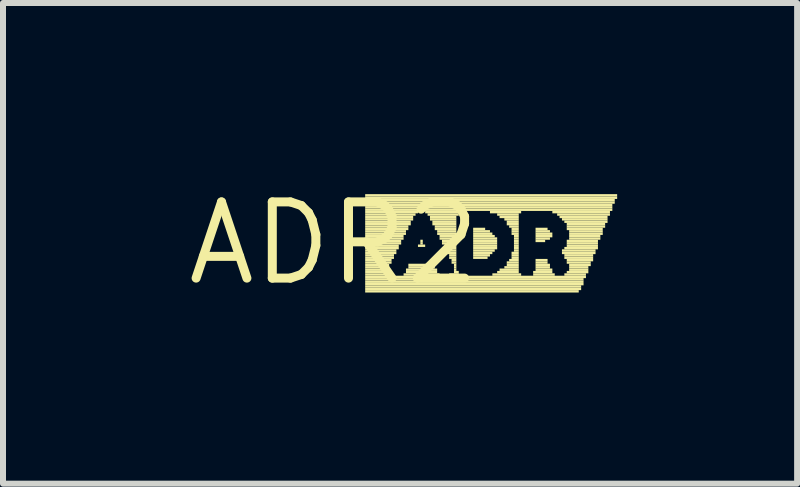
<source format=kicad_pcb>
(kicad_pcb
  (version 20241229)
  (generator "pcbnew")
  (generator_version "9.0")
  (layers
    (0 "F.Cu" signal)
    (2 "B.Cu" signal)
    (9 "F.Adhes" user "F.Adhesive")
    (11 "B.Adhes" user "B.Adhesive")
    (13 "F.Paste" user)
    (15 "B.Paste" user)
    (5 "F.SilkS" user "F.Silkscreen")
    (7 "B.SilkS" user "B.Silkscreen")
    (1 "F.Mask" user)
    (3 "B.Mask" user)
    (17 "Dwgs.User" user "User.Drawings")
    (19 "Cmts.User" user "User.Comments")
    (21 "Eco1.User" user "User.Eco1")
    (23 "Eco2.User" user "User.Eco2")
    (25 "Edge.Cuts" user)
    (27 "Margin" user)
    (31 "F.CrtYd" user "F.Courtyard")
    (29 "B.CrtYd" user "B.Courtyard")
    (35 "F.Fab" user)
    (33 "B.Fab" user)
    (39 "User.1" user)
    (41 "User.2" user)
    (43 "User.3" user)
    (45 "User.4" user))
  (footprint "ADR2"
    (layer "F.Cu")
    (at 2.517 1.006)
    (property "Reference" "ADR2" (at 0 0 0) (layer "F.SilkS") (effects (font (size 1.27 1.27) (thickness 0.15))))
    (fp_poly (pts (xy 0.52 -0.78) (xy 4.72 -0.78) (xy 4.72 -0.82) (xy 0.52 -0.82)) (stroke (width 0) (type solid)) (fill yes) (layer "F.SilkS"))
    (fp_poly (pts (xy 0.52 -0.74) (xy 4.72 -0.74) (xy 4.72 -0.78) (xy 0.52 -0.78)) (stroke (width 0) (type solid)) (fill yes) (layer "F.SilkS"))
    (fp_poly (pts (xy 0.52 -0.7) (xy 4.68 -0.7) (xy 4.68 -0.74) (xy 0.52 -0.74)) (stroke (width 0) (type solid)) (fill yes) (layer "F.SilkS"))
    (fp_poly (pts (xy 0.52 -0.66) (xy 4.68 -0.66) (xy 4.68 -0.7) (xy 0.52 -0.7)) (stroke (width 0) (type solid)) (fill yes) (layer "F.SilkS"))
    (fp_poly (pts (xy 0.52 -0.62) (xy 4.64 -0.62) (xy 4.64 -0.66) (xy 0.52 -0.66)) (stroke (width 0) (type solid)) (fill yes) (layer "F.SilkS"))
    (fp_poly (pts (xy 0.52 -0.58) (xy 4.64 -0.58) (xy 4.64 -0.62) (xy 0.52 -0.62)) (stroke (width 0) (type solid)) (fill yes) (layer "F.SilkS"))
    (fp_poly (pts (xy 0.52 -0.54) (xy 4.64 -0.54) (xy 4.64 -0.58) (xy 0.52 -0.58)) (stroke (width 0) (type solid)) (fill yes) (layer "F.SilkS"))
    (fp_poly (pts (xy 0.52 -0.5) (xy 1.4 -0.5) (xy 1.4 -0.54) (xy 0.52 -0.54)) (stroke (width 0) (type solid)) (fill yes) (layer "F.SilkS"))
    (fp_poly (pts (xy 0.52 -0.46) (xy 1.36 -0.46) (xy 1.36 -0.5) (xy 0.52 -0.5)) (stroke (width 0) (type solid)) (fill yes) (layer "F.SilkS"))
    (fp_poly (pts (xy 0.52 -0.42) (xy 1.32 -0.42) (xy 1.32 -0.46) (xy 0.52 -0.46)) (stroke (width 0) (type solid)) (fill yes) (layer "F.SilkS"))
    (fp_poly (pts (xy 0.52 -0.38) (xy 1.32 -0.38) (xy 1.32 -0.42) (xy 0.52 -0.42)) (stroke (width 0) (type solid)) (fill yes) (layer "F.SilkS"))
    (fp_poly (pts (xy 0.52 -0.34) (xy 1.28 -0.34) (xy 1.28 -0.38) (xy 0.52 -0.38)) (stroke (width 0) (type solid)) (fill yes) (layer "F.SilkS"))
    (fp_poly (pts (xy 0.52 -0.3) (xy 1.28 -0.3) (xy 1.28 -0.34) (xy 0.52 -0.34)) (stroke (width 0) (type solid)) (fill yes) (layer "F.SilkS"))
    (fp_poly (pts (xy 0.52 -0.26) (xy 1.24 -0.26) (xy 1.24 -0.3) (xy 0.52 -0.3)) (stroke (width 0) (type solid)) (fill yes) (layer "F.SilkS"))
    (fp_poly (pts (xy 0.52 -0.22) (xy 1.24 -0.22) (xy 1.24 -0.26) (xy 0.52 -0.26)) (stroke (width 0) (type solid)) (fill yes) (layer "F.SilkS"))
    (fp_poly (pts (xy 0.52 -0.18) (xy 1.2 -0.18) (xy 1.2 -0.22) (xy 0.52 -0.22)) (stroke (width 0) (type solid)) (fill yes) (layer "F.SilkS"))
    (fp_poly (pts (xy 0.52 -0.14) (xy 1.2 -0.14) (xy 1.2 -0.18) (xy 0.52 -0.18)) (stroke (width 0) (type solid)) (fill yes) (layer "F.SilkS"))
    (fp_poly (pts (xy 0.52 -0.1) (xy 1.16 -0.1) (xy 1.16 -0.14) (xy 0.52 -0.14)) (stroke (width 0) (type solid)) (fill yes) (layer "F.SilkS"))
    (fp_poly (pts (xy 0.52 -0.06) (xy 1.16 -0.06) (xy 1.16 -0.1) (xy 0.52 -0.1)) (stroke (width 0) (type solid)) (fill yes) (layer "F.SilkS"))
    (fp_poly (pts (xy 0.52 -0.02) (xy 1.12 -0.02) (xy 1.12 -0.06) (xy 0.52 -0.06)) (stroke (width 0) (type solid)) (fill yes) (layer "F.SilkS"))
    (fp_poly (pts (xy 0.52 0.02) (xy 1.12 0.02) (xy 1.12 -0.02) (xy 0.52 -0.02)) (stroke (width 0) (type solid)) (fill yes) (layer "F.SilkS"))
    (fp_poly (pts (xy 0.52 0.06) (xy 1.08 0.06) (xy 1.08 0.02) (xy 0.52 0.02)) (stroke (width 0) (type solid)) (fill yes) (layer "F.SilkS"))
    (fp_poly (pts (xy 0.52 0.1) (xy 1.08 0.1) (xy 1.08 0.06) (xy 0.52 0.06)) (stroke (width 0) (type solid)) (fill yes) (layer "F.SilkS"))
    (fp_poly (pts (xy 0.52 0.14) (xy 1.04 0.14) (xy 1.04 0.1) (xy 0.52 0.1)) (stroke (width 0) (type solid)) (fill yes) (layer "F.SilkS"))
    (fp_poly (pts (xy 0.52 0.18) (xy 1.04 0.18) (xy 1.04 0.14) (xy 0.52 0.14)) (stroke (width 0) (type solid)) (fill yes) (layer "F.SilkS"))
    (fp_poly (pts (xy 0.52 0.22) (xy 1 0.22) (xy 1 0.18) (xy 0.52 0.18)) (stroke (width 0) (type solid)) (fill yes) (layer "F.SilkS"))
    (fp_poly (pts (xy 0.52 0.26) (xy 1 0.26) (xy 1 0.22) (xy 0.52 0.22)) (stroke (width 0) (type solid)) (fill yes) (layer "F.SilkS"))
    (fp_poly (pts (xy 0.52 0.3) (xy 0.96 0.3) (xy 0.96 0.26) (xy 0.52 0.26)) (stroke (width 0) (type solid)) (fill yes) (layer "F.SilkS"))
    (fp_poly (pts (xy 0.52 0.34) (xy 0.96 0.34) (xy 0.96 0.3) (xy 0.52 0.3)) (stroke (width 0) (type solid)) (fill yes) (layer "F.SilkS"))
    (fp_poly (pts (xy 0.52 0.38) (xy 0.92 0.38) (xy 0.92 0.34) (xy 0.52 0.34)) (stroke (width 0) (type solid)) (fill yes) (layer "F.SilkS"))
    (fp_poly (pts (xy 0.52 0.42) (xy 0.92 0.42) (xy 0.92 0.38) (xy 0.52 0.38)) (stroke (width 0) (type solid)) (fill yes) (layer "F.SilkS"))
    (fp_poly (pts (xy 0.52 0.46) (xy 0.92 0.46) (xy 0.92 0.42) (xy 0.52 0.42)) (stroke (width 0) (type solid)) (fill yes) (layer "F.SilkS"))
    (fp_poly (pts (xy 0.52 0.5) (xy 0.92 0.5) (xy 0.92 0.46) (xy 0.52 0.46)) (stroke (width 0) (type solid)) (fill yes) (layer "F.SilkS"))
    (fp_poly (pts (xy 0.52 0.54) (xy 1 0.54) (xy 1 0.5) (xy 0.52 0.5)) (stroke (width 0) (type solid)) (fill yes) (layer "F.SilkS"))
    (fp_poly (pts (xy 0.52 0.58) (xy 4.2 0.58) (xy 4.2 0.54) (xy 0.52 0.54)) (stroke (width 0) (type solid)) (fill yes) (layer "F.SilkS"))
    (fp_poly (pts (xy 0.52 0.62) (xy 4.16 0.62) (xy 4.16 0.58) (xy 0.52 0.58)) (stroke (width 0) (type solid)) (fill yes) (layer "F.SilkS"))
    (fp_poly (pts (xy 0.52 0.66) (xy 4.16 0.66) (xy 4.16 0.62) (xy 0.52 0.62)) (stroke (width 0) (type solid)) (fill yes) (layer "F.SilkS"))
    (fp_poly (pts (xy 0.52 0.7) (xy 4.16 0.7) (xy 4.16 0.66) (xy 0.52 0.66)) (stroke (width 0) (type solid)) (fill yes) (layer "F.SilkS"))
    (fp_poly (pts (xy 0.52 0.74) (xy 4.12 0.74) (xy 4.12 0.7) (xy 0.52 0.7)) (stroke (width 0) (type solid)) (fill yes) (layer "F.SilkS"))
    (fp_poly (pts (xy 0.52 0.78) (xy 4.12 0.78) (xy 4.12 0.74) (xy 0.52 0.74)) (stroke (width 0) (type solid)) (fill yes) (layer "F.SilkS"))
    (fp_poly (pts (xy 0.52 0.82) (xy 4.08 0.82) (xy 4.08 0.78) (xy 0.52 0.78)) (stroke (width 0) (type solid)) (fill yes) (layer "F.SilkS"))
    (fp_poly (pts (xy 1.16 0.54) (xy 1.76 0.54) (xy 1.76 0.5) (xy 1.16 0.5)) (stroke (width 0) (type solid)) (fill yes) (layer "F.SilkS"))
    (fp_poly (pts (xy 1.2 0.46) (xy 1.72 0.46) (xy 1.72 0.42) (xy 1.2 0.42)) (stroke (width 0) (type solid)) (fill yes) (layer "F.SilkS"))
    (fp_poly (pts (xy 1.2 0.5) (xy 1.72 0.5) (xy 1.72 0.46) (xy 1.2 0.46)) (stroke (width 0) (type solid)) (fill yes) (layer "F.SilkS"))
    (fp_poly (pts (xy 1.24 0.38) (xy 1.68 0.38) (xy 1.68 0.34) (xy 1.24 0.34)) (stroke (width 0) (type solid)) (fill yes) (layer "F.SilkS"))
    (fp_poly (pts (xy 1.24 0.42) (xy 1.68 0.42) (xy 1.68 0.38) (xy 1.24 0.38)) (stroke (width 0) (type solid)) (fill yes) (layer "F.SilkS"))
    (fp_poly (pts (xy 1.4 0.06) (xy 1.52 0.06) (xy 1.52 0.02) (xy 1.4 0.02)) (stroke (width 0) (type solid)) (fill yes) (layer "F.SilkS"))
    (fp_poly (pts (xy 1.44 -0.02) (xy 1.48 -0.02) (xy 1.48 -0.06) (xy 1.44 -0.06)) (stroke (width 0) (type solid)) (fill yes) (layer "F.SilkS"))
    (fp_poly (pts (xy 1.44 0.02) (xy 1.48 0.02) (xy 1.48 -0.02) (xy 1.44 -0.02)) (stroke (width 0) (type solid)) (fill yes) (layer "F.SilkS"))
    (fp_poly (pts (xy 1.52 -0.5) (xy 2.12 -0.5) (xy 2.12 -0.54) (xy 1.52 -0.54)) (stroke (width 0) (type solid)) (fill yes) (layer "F.SilkS"))
    (fp_poly (pts (xy 1.56 -0.46) (xy 2.08 -0.46) (xy 2.08 -0.5) (xy 1.56 -0.5)) (stroke (width 0) (type solid)) (fill yes) (layer "F.SilkS"))
    (fp_poly (pts (xy 1.6 -0.42) (xy 2.04 -0.42) (xy 2.04 -0.46) (xy 1.6 -0.46)) (stroke (width 0) (type solid)) (fill yes) (layer "F.SilkS"))
    (fp_poly (pts (xy 1.6 -0.38) (xy 2.04 -0.38) (xy 2.04 -0.42) (xy 1.6 -0.42)) (stroke (width 0) (type solid)) (fill yes) (layer "F.SilkS"))
    (fp_poly (pts (xy 1.64 -0.34) (xy 2.04 -0.34) (xy 2.04 -0.38) (xy 1.64 -0.38)) (stroke (width 0) (type solid)) (fill yes) (layer "F.SilkS"))
    (fp_poly (pts (xy 1.64 -0.3) (xy 2.04 -0.3) (xy 2.04 -0.34) (xy 1.64 -0.34)) (stroke (width 0) (type solid)) (fill yes) (layer "F.SilkS"))
    (fp_poly (pts (xy 1.68 -0.26) (xy 2.04 -0.26) (xy 2.04 -0.3) (xy 1.68 -0.3)) (stroke (width 0) (type solid)) (fill yes) (layer "F.SilkS"))
    (fp_poly (pts (xy 1.68 -0.22) (xy 2.04 -0.22) (xy 2.04 -0.26) (xy 1.68 -0.26)) (stroke (width 0) (type solid)) (fill yes) (layer "F.SilkS"))
    (fp_poly (pts (xy 1.72 -0.18) (xy 2.04 -0.18) (xy 2.04 -0.22) (xy 1.72 -0.22)) (stroke (width 0) (type solid)) (fill yes) (layer "F.SilkS"))
    (fp_poly (pts (xy 1.72 -0.14) (xy 2.04 -0.14) (xy 2.04 -0.18) (xy 1.72 -0.18)) (stroke (width 0) (type solid)) (fill yes) (layer "F.SilkS"))
    (fp_poly (pts (xy 1.76 -0.1) (xy 2.04 -0.1) (xy 2.04 -0.14) (xy 1.76 -0.14)) (stroke (width 0) (type solid)) (fill yes) (layer "F.SilkS"))
    (fp_poly (pts (xy 1.76 -0.06) (xy 2.04 -0.06) (xy 2.04 -0.1) (xy 1.76 -0.1)) (stroke (width 0) (type solid)) (fill yes) (layer "F.SilkS"))
    (fp_poly (pts (xy 1.8 -0.02) (xy 2.04 -0.02) (xy 2.04 -0.06) (xy 1.8 -0.06)) (stroke (width 0) (type solid)) (fill yes) (layer "F.SilkS"))
    (fp_poly (pts (xy 1.8 0.02) (xy 2.04 0.02) (xy 2.04 -0.02) (xy 1.8 -0.02)) (stroke (width 0) (type solid)) (fill yes) (layer "F.SilkS"))
    (fp_poly (pts (xy 1.84 0.06) (xy 2.04 0.06) (xy 2.04 0.02) (xy 1.84 0.02)) (stroke (width 0) (type solid)) (fill yes) (layer "F.SilkS"))
    (fp_poly (pts (xy 1.84 0.1) (xy 2.04 0.1) (xy 2.04 0.06) (xy 1.84 0.06)) (stroke (width 0) (type solid)) (fill yes) (layer "F.SilkS"))
    (fp_poly (pts (xy 1.88 0.14) (xy 2.04 0.14) (xy 2.04 0.1) (xy 1.88 0.1)) (stroke (width 0) (type solid)) (fill yes) (layer "F.SilkS"))
    (fp_poly (pts (xy 1.88 0.18) (xy 2.04 0.18) (xy 2.04 0.14) (xy 1.88 0.14)) (stroke (width 0) (type solid)) (fill yes) (layer "F.SilkS"))
    (fp_poly (pts (xy 1.92 0.22) (xy 2.04 0.22) (xy 2.04 0.18) (xy 1.92 0.18)) (stroke (width 0) (type solid)) (fill yes) (layer "F.SilkS"))
    (fp_poly (pts (xy 1.92 0.26) (xy 2.04 0.26) (xy 2.04 0.22) (xy 1.92 0.22)) (stroke (width 0) (type solid)) (fill yes) (layer "F.SilkS"))
    (fp_poly (pts (xy 1.92 0.54) (xy 2.08 0.54) (xy 2.08 0.5) (xy 1.92 0.5)) (stroke (width 0) (type solid)) (fill yes) (layer "F.SilkS"))
    (fp_poly (pts (xy 1.96 0.3) (xy 2.04 0.3) (xy 2.04 0.26) (xy 1.96 0.26)) (stroke (width 0) (type solid)) (fill yes) (layer "F.SilkS"))
    (fp_poly (pts (xy 1.96 0.34) (xy 2.04 0.34) (xy 2.04 0.3) (xy 1.96 0.3)) (stroke (width 0) (type solid)) (fill yes) (layer "F.SilkS"))
    (fp_poly (pts (xy 2 0.38) (xy 2.04 0.38) (xy 2.04 0.34) (xy 2 0.34)) (stroke (width 0) (type solid)) (fill yes) (layer "F.SilkS"))
    (fp_poly (pts (xy 2 0.42) (xy 2.04 0.42) (xy 2.04 0.38) (xy 2 0.38)) (stroke (width 0) (type solid)) (fill yes) (layer "F.SilkS"))
    (fp_poly (pts (xy 2 0.46) (xy 2.04 0.46) (xy 2.04 0.42) (xy 2 0.42)) (stroke (width 0) (type solid)) (fill yes) (layer "F.SilkS"))
    (fp_poly (pts (xy 2 0.5) (xy 2.08 0.5) (xy 2.08 0.46) (xy 2 0.46)) (stroke (width 0) (type solid)) (fill yes) (layer "F.SilkS"))
    (fp_poly (pts (xy 2.32 -0.22) (xy 2.52 -0.22) (xy 2.52 -0.26) (xy 2.32 -0.26)) (stroke (width 0) (type solid)) (fill yes) (layer "F.SilkS"))
    (fp_poly (pts (xy 2.32 -0.18) (xy 2.6 -0.18) (xy 2.6 -0.22) (xy 2.32 -0.22)) (stroke (width 0) (type solid)) (fill yes) (layer "F.SilkS"))
    (fp_poly (pts (xy 2.32 -0.14) (xy 2.64 -0.14) (xy 2.64 -0.18) (xy 2.32 -0.18)) (stroke (width 0) (type solid)) (fill yes) (layer "F.SilkS"))
    (fp_poly (pts (xy 2.32 -0.1) (xy 2.68 -0.1) (xy 2.68 -0.14) (xy 2.32 -0.14)) (stroke (width 0) (type solid)) (fill yes) (layer "F.SilkS"))
    (fp_poly (pts (xy 2.32 -0.06) (xy 2.72 -0.06) (xy 2.72 -0.1) (xy 2.32 -0.1)) (stroke (width 0) (type solid)) (fill yes) (layer "F.SilkS"))
    (fp_poly (pts (xy 2.32 -0.02) (xy 2.72 -0.02) (xy 2.72 -0.06) (xy 2.32 -0.06)) (stroke (width 0) (type solid)) (fill yes) (layer "F.SilkS"))
    (fp_poly (pts (xy 2.32 0.02) (xy 2.72 0.02) (xy 2.72 -0.02) (xy 2.32 -0.02)) (stroke (width 0) (type solid)) (fill yes) (layer "F.SilkS"))
    (fp_poly (pts (xy 2.32 0.06) (xy 2.72 0.06) (xy 2.72 0.02) (xy 2.32 0.02)) (stroke (width 0) (type solid)) (fill yes) (layer "F.SilkS"))
    (fp_poly (pts (xy 2.32 0.1) (xy 2.72 0.1) (xy 2.72 0.06) (xy 2.32 0.06)) (stroke (width 0) (type solid)) (fill yes) (layer "F.SilkS"))
    (fp_poly (pts (xy 2.32 0.14) (xy 2.68 0.14) (xy 2.68 0.1) (xy 2.32 0.1)) (stroke (width 0) (type solid)) (fill yes) (layer "F.SilkS"))
    (fp_poly (pts (xy 2.32 0.18) (xy 2.64 0.18) (xy 2.64 0.14) (xy 2.32 0.14)) (stroke (width 0) (type solid)) (fill yes) (layer "F.SilkS"))
    (fp_poly (pts (xy 2.32 0.22) (xy 2.6 0.22) (xy 2.6 0.18) (xy 2.32 0.18)) (stroke (width 0) (type solid)) (fill yes) (layer "F.SilkS"))
    (fp_poly (pts (xy 2.32 0.26) (xy 2.56 0.26) (xy 2.56 0.22) (xy 2.32 0.22)) (stroke (width 0) (type solid)) (fill yes) (layer "F.SilkS"))
    (fp_poly (pts (xy 2.6 -0.5) (xy 3.12 -0.5) (xy 3.12 -0.54) (xy 2.6 -0.54)) (stroke (width 0) (type solid)) (fill yes) (layer "F.SilkS"))
    (fp_poly (pts (xy 2.64 0.54) (xy 3.12 0.54) (xy 3.12 0.5) (xy 2.64 0.5)) (stroke (width 0) (type solid)) (fill yes) (layer "F.SilkS"))
    (fp_poly (pts (xy 2.72 -0.46) (xy 3.08 -0.46) (xy 3.08 -0.5) (xy 2.72 -0.5)) (stroke (width 0) (type solid)) (fill yes) (layer "F.SilkS"))
    (fp_poly (pts (xy 2.72 0.5) (xy 3.08 0.5) (xy 3.08 0.46) (xy 2.72 0.46)) (stroke (width 0) (type solid)) (fill yes) (layer "F.SilkS"))
    (fp_poly (pts (xy 2.76 -0.42) (xy 3.08 -0.42) (xy 3.08 -0.46) (xy 2.76 -0.46)) (stroke (width 0) (type solid)) (fill yes) (layer "F.SilkS"))
    (fp_poly (pts (xy 2.76 0.46) (xy 3.08 0.46) (xy 3.08 0.42) (xy 2.76 0.42)) (stroke (width 0) (type solid)) (fill yes) (layer "F.SilkS"))
    (fp_poly (pts (xy 2.84 -0.38) (xy 3.08 -0.38) (xy 3.08 -0.42) (xy 2.84 -0.42)) (stroke (width 0) (type solid)) (fill yes) (layer "F.SilkS"))
    (fp_poly (pts (xy 2.84 0.42) (xy 3.08 0.42) (xy 3.08 0.38) (xy 2.84 0.38)) (stroke (width 0) (type solid)) (fill yes) (layer "F.SilkS"))
    (fp_poly (pts (xy 2.88 -0.34) (xy 3.08 -0.34) (xy 3.08 -0.38) (xy 2.88 -0.38)) (stroke (width 0) (type solid)) (fill yes) (layer "F.SilkS"))
    (fp_poly (pts (xy 2.88 -0.3) (xy 3.08 -0.3) (xy 3.08 -0.34) (xy 2.88 -0.34)) (stroke (width 0) (type solid)) (fill yes) (layer "F.SilkS"))
    (fp_poly (pts (xy 2.88 0.34) (xy 3.08 0.34) (xy 3.08 0.3) (xy 2.88 0.3)) (stroke (width 0) (type solid)) (fill yes) (layer "F.SilkS"))
    (fp_poly (pts (xy 2.88 0.38) (xy 3.08 0.38) (xy 3.08 0.34) (xy 2.88 0.34)) (stroke (width 0) (type solid)) (fill yes) (layer "F.SilkS"))
    (fp_poly (pts (xy 2.92 -0.26) (xy 3.08 -0.26) (xy 3.08 -0.3) (xy 2.92 -0.3)) (stroke (width 0) (type solid)) (fill yes) (layer "F.SilkS"))
    (fp_poly (pts (xy 2.92 0.3) (xy 3.08 0.3) (xy 3.08 0.26) (xy 2.92 0.26)) (stroke (width 0) (type solid)) (fill yes) (layer "F.SilkS"))
    (fp_poly (pts (xy 2.96 -0.22) (xy 3.08 -0.22) (xy 3.08 -0.26) (xy 2.96 -0.26)) (stroke (width 0) (type solid)) (fill yes) (layer "F.SilkS"))
    (fp_poly (pts (xy 2.96 -0.18) (xy 3.08 -0.18) (xy 3.08 -0.22) (xy 2.96 -0.22)) (stroke (width 0) (type solid)) (fill yes) (layer "F.SilkS"))
    (fp_poly (pts (xy 2.96 -0.14) (xy 3.08 -0.14) (xy 3.08 -0.18) (xy 2.96 -0.18)) (stroke (width 0) (type solid)) (fill yes) (layer "F.SilkS"))
    (fp_poly (pts (xy 2.96 0.18) (xy 3.08 0.18) (xy 3.08 0.14) (xy 2.96 0.14)) (stroke (width 0) (type solid)) (fill yes) (layer "F.SilkS"))
    (fp_poly (pts (xy 2.96 0.22) (xy 3.08 0.22) (xy 3.08 0.18) (xy 2.96 0.18)) (stroke (width 0) (type solid)) (fill yes) (layer "F.SilkS"))
    (fp_poly (pts (xy 2.96 0.26) (xy 3.08 0.26) (xy 3.08 0.22) (xy 2.96 0.22)) (stroke (width 0) (type solid)) (fill yes) (layer "F.SilkS"))
    (fp_poly (pts (xy 3 -0.1) (xy 3.08 -0.1) (xy 3.08 -0.14) (xy 3 -0.14)) (stroke (width 0) (type solid)) (fill yes) (layer "F.SilkS"))
    (fp_poly (pts (xy 3 -0.06) (xy 3.08 -0.06) (xy 3.08 -0.1) (xy 3 -0.1)) (stroke (width 0) (type solid)) (fill yes) (layer "F.SilkS"))
    (fp_poly (pts (xy 3 -0.02) (xy 3.08 -0.02) (xy 3.08 -0.06) (xy 3 -0.06)) (stroke (width 0) (type solid)) (fill yes) (layer "F.SilkS"))
    (fp_poly (pts (xy 3 0.02) (xy 3.08 0.02) (xy 3.08 -0.02) (xy 3 -0.02)) (stroke (width 0) (type solid)) (fill yes) (layer "F.SilkS"))
    (fp_poly (pts (xy 3 0.06) (xy 3.08 0.06) (xy 3.08 0.02) (xy 3 0.02)) (stroke (width 0) (type solid)) (fill yes) (layer "F.SilkS"))
    (fp_poly (pts (xy 3 0.1) (xy 3.08 0.1) (xy 3.08 0.06) (xy 3 0.06)) (stroke (width 0) (type solid)) (fill yes) (layer "F.SilkS"))
    (fp_poly (pts (xy 3 0.14) (xy 3.08 0.14) (xy 3.08 0.1) (xy 3 0.1)) (stroke (width 0) (type solid)) (fill yes) (layer "F.SilkS"))
    (fp_poly (pts (xy 3.32 0.5) (xy 3.64 0.5) (xy 3.64 0.46) (xy 3.32 0.46)) (stroke (width 0) (type solid)) (fill yes) (layer "F.SilkS"))
    (fp_poly (pts (xy 3.32 0.54) (xy 3.68 0.54) (xy 3.68 0.5) (xy 3.32 0.5)) (stroke (width 0) (type solid)) (fill yes) (layer "F.SilkS"))
    (fp_poly (pts (xy 3.36 -0.22) (xy 3.56 -0.22) (xy 3.56 -0.26) (xy 3.36 -0.26)) (stroke (width 0) (type solid)) (fill yes) (layer "F.SilkS"))
    (fp_poly (pts (xy 3.36 -0.18) (xy 3.6 -0.18) (xy 3.6 -0.22) (xy 3.36 -0.22)) (stroke (width 0) (type solid)) (fill yes) (layer "F.SilkS"))
    (fp_poly (pts (xy 3.36 -0.14) (xy 3.64 -0.14) (xy 3.64 -0.18) (xy 3.36 -0.18)) (stroke (width 0) (type solid)) (fill yes) (layer "F.SilkS"))
    (fp_poly (pts (xy 3.36 -0.1) (xy 3.64 -0.1) (xy 3.64 -0.14) (xy 3.36 -0.14)) (stroke (width 0) (type solid)) (fill yes) (layer "F.SilkS"))
    (fp_poly (pts (xy 3.36 -0.06) (xy 3.6 -0.06) (xy 3.6 -0.1) (xy 3.36 -0.1)) (stroke (width 0) (type solid)) (fill yes) (layer "F.SilkS"))
    (fp_poly (pts (xy 3.36 -0.02) (xy 3.52 -0.02) (xy 3.52 -0.06) (xy 3.36 -0.06)) (stroke (width 0) (type solid)) (fill yes) (layer "F.SilkS"))
    (fp_poly (pts (xy 3.36 0.3) (xy 3.56 0.3) (xy 3.56 0.26) (xy 3.36 0.26)) (stroke (width 0) (type solid)) (fill yes) (layer "F.SilkS"))
    (fp_poly (pts (xy 3.36 0.34) (xy 3.56 0.34) (xy 3.56 0.3) (xy 3.36 0.3)) (stroke (width 0) (type solid)) (fill yes) (layer "F.SilkS"))
    (fp_poly (pts (xy 3.36 0.38) (xy 3.6 0.38) (xy 3.6 0.34) (xy 3.36 0.34)) (stroke (width 0) (type solid)) (fill yes) (layer "F.SilkS"))
    (fp_poly (pts (xy 3.36 0.42) (xy 3.6 0.42) (xy 3.6 0.38) (xy 3.36 0.38)) (stroke (width 0) (type solid)) (fill yes) (layer "F.SilkS"))
    (fp_poly (pts (xy 3.36 0.46) (xy 3.64 0.46) (xy 3.64 0.42) (xy 3.36 0.42)) (stroke (width 0) (type solid)) (fill yes) (layer "F.SilkS"))
    (fp_poly (pts (xy 3.64 -0.5) (xy 4.6 -0.5) (xy 4.6 -0.54) (xy 3.64 -0.54)) (stroke (width 0) (type solid)) (fill yes) (layer "F.SilkS"))
    (fp_poly (pts (xy 3.72 -0.46) (xy 4.6 -0.46) (xy 4.6 -0.5) (xy 3.72 -0.5)) (stroke (width 0) (type solid)) (fill yes) (layer "F.SilkS"))
    (fp_poly (pts (xy 3.76 -0.42) (xy 4.56 -0.42) (xy 4.56 -0.46) (xy 3.76 -0.46)) (stroke (width 0) (type solid)) (fill yes) (layer "F.SilkS"))
    (fp_poly (pts (xy 3.8 -0.38) (xy 4.56 -0.38) (xy 4.56 -0.42) (xy 3.8 -0.42)) (stroke (width 0) (type solid)) (fill yes) (layer "F.SilkS"))
    (fp_poly (pts (xy 3.8 0.14) (xy 4.36 0.14) (xy 4.36 0.1) (xy 3.8 0.1)) (stroke (width 0) (type solid)) (fill yes) (layer "F.SilkS"))
    (fp_poly (pts (xy 3.8 0.18) (xy 4.36 0.18) (xy 4.36 0.14) (xy 3.8 0.14)) (stroke (width 0) (type solid)) (fill yes) (layer "F.SilkS"))
    (fp_poly (pts (xy 3.84 -0.34) (xy 4.56 -0.34) (xy 4.56 -0.38) (xy 3.84 -0.38)) (stroke (width 0) (type solid)) (fill yes) (layer "F.SilkS"))
    (fp_poly (pts (xy 3.84 0.1) (xy 4.4 0.1) (xy 4.4 0.06) (xy 3.84 0.06)) (stroke (width 0) (type solid)) (fill yes) (layer "F.SilkS"))
    (fp_poly (pts (xy 3.84 0.22) (xy 4.32 0.22) (xy 4.32 0.18) (xy 3.84 0.18)) (stroke (width 0) (type solid)) (fill yes) (layer "F.SilkS"))
    (fp_poly (pts (xy 3.84 0.26) (xy 4.32 0.26) (xy 4.32 0.22) (xy 3.84 0.22)) (stroke (width 0) (type solid)) (fill yes) (layer "F.SilkS"))
    (fp_poly (pts (xy 3.84 0.54) (xy 4.2 0.54) (xy 4.2 0.5) (xy 3.84 0.5)) (stroke (width 0) (type solid)) (fill yes) (layer "F.SilkS"))
    (fp_poly (pts (xy 3.88 -0.3) (xy 4.52 -0.3) (xy 4.52 -0.34) (xy 3.88 -0.34)) (stroke (width 0) (type solid)) (fill yes) (layer "F.SilkS"))
    (fp_poly (pts (xy 3.88 -0.26) (xy 4.52 -0.26) (xy 4.52 -0.3) (xy 3.88 -0.3)) (stroke (width 0) (type solid)) (fill yes) (layer "F.SilkS"))
    (fp_poly (pts (xy 3.88 -0.22) (xy 4.48 -0.22) (xy 4.48 -0.26) (xy 3.88 -0.26)) (stroke (width 0) (type solid)) (fill yes) (layer "F.SilkS"))
    (fp_poly (pts (xy 3.88 -0.02) (xy 4.4 -0.02) (xy 4.4 -0.06) (xy 3.88 -0.06)) (stroke (width 0) (type solid)) (fill yes) (layer "F.SilkS"))
    (fp_poly (pts (xy 3.88 0.02) (xy 4.4 0.02) (xy 4.4 -0.02) (xy 3.88 -0.02)) (stroke (width 0) (type solid)) (fill yes) (layer "F.SilkS"))
    (fp_poly (pts (xy 3.88 0.06) (xy 4.4 0.06) (xy 4.4 0.02) (xy 3.88 0.02)) (stroke (width 0) (type solid)) (fill yes) (layer "F.SilkS"))
    (fp_poly (pts (xy 3.88 0.3) (xy 4.32 0.3) (xy 4.32 0.26) (xy 3.88 0.26)) (stroke (width 0) (type solid)) (fill yes) (layer "F.SilkS"))
    (fp_poly (pts (xy 3.88 0.34) (xy 4.28 0.34) (xy 4.28 0.3) (xy 3.88 0.3)) (stroke (width 0) (type solid)) (fill yes) (layer "F.SilkS"))
    (fp_poly (pts (xy 3.88 0.5) (xy 4.24 0.5) (xy 4.24 0.46) (xy 3.88 0.46)) (stroke (width 0) (type solid)) (fill yes) (layer "F.SilkS"))
    (fp_poly (pts (xy 3.92 -0.18) (xy 4.48 -0.18) (xy 4.48 -0.22) (xy 3.92 -0.22)) (stroke (width 0) (type solid)) (fill yes) (layer "F.SilkS"))
    (fp_poly (pts (xy 3.92 -0.14) (xy 4.48 -0.14) (xy 4.48 -0.18) (xy 3.92 -0.18)) (stroke (width 0) (type solid)) (fill yes) (layer "F.SilkS"))
    (fp_poly (pts (xy 3.92 -0.1) (xy 4.44 -0.1) (xy 4.44 -0.14) (xy 3.92 -0.14)) (stroke (width 0) (type solid)) (fill yes) (layer "F.SilkS"))
    (fp_poly (pts (xy 3.92 -0.06) (xy 4.44 -0.06) (xy 4.44 -0.1) (xy 3.92 -0.1)) (stroke (width 0) (type solid)) (fill yes) (layer "F.SilkS"))
    (fp_poly (pts (xy 3.92 0.38) (xy 4.28 0.38) (xy 4.28 0.34) (xy 3.92 0.34)) (stroke (width 0) (type solid)) (fill yes) (layer "F.SilkS"))
    (fp_poly (pts (xy 3.92 0.42) (xy 4.24 0.42) (xy 4.24 0.38) (xy 3.92 0.38)) (stroke (width 0) (type solid)) (fill yes) (layer "F.SilkS"))
    (fp_poly (pts (xy 3.92 0.46) (xy 4.24 0.46) (xy 4.24 0.42) (xy 3.92 0.42)) (stroke (width 0) (type solid)) (fill yes) (layer "F.SilkS")))
  (gr_rect
    (start -3 -3)
    (end 10.237 5.012)
    (stroke (width 0.1) (type default))
    (fill no)
    (layer "Edge.Cuts")))
</source>
